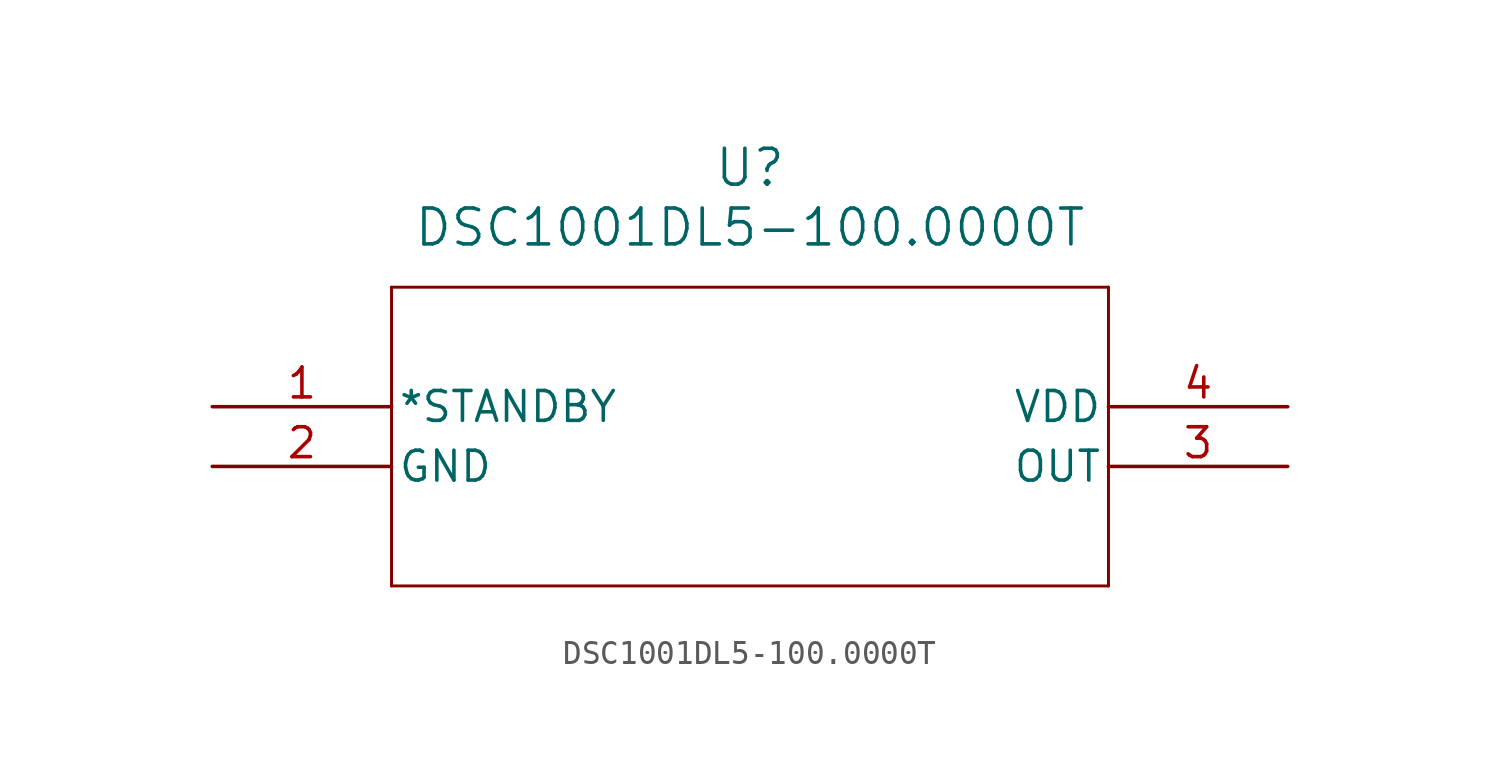
<source format=kicad_sym>
(kicad_symbol_lib
  (version 20211014)
  (generator kicad_symbol_editor)
  (symbol "DSC1001DL5-100.0000T"
    (pin_names
      (offset 0.254))
    (property "Reference" "U"
      (at 22.86 10.16 0)
      (effects (font (size 1.524 1.524))))
    (property "Value" "DSC1001DL5-100.0000T"
      (at 22.86 7.62 0)
      (effects (font (size 1.524 1.524))))
    (symbol "DSC1001DL5-100.0000T_0_1"
      (polyline (pts (xy 7.62 5.08) (xy 7.62 -7.62)) (stroke (width 0.127) (type default) (color 0 0 0 0)) (fill (type none)))
      (polyline (pts (xy 7.62 -7.62) (xy 38.1 -7.62)) (stroke (width 0.127) (type default) (color 0 0 0 0)) (fill (type none)))
      (polyline (pts (xy 38.1 -7.62) (xy 38.1 5.08)) (stroke (width 0.127) (type default) (color 0 0 0 0)) (fill (type none)))
      (polyline (pts (xy 38.1 5.08) (xy 7.62 5.08)) (stroke (width 0.127) (type default) (color 0 0 0 0)) (fill (type none)))
      (pin input line (at 0 0 0) (length 7.62) (name "*STANDBY" (effects (font (size 1.27 1.27)))) (number "1" (effects (font (size 1.27 1.27)))))
      (pin power_out line (at 0 -2.54 0) (length 7.62) (name "GND" (effects (font (size 1.27 1.27)))) (number "2" (effects (font (size 1.27 1.27)))))
      (pin output line (at 45.72 -2.54 180) (length 7.62) (name "OUT" (effects (font (size 1.27 1.27)))) (number "3" (effects (font (size 1.27 1.27)))))
      (pin power_in line (at 45.72 0 180) (length 7.62) (name "VDD" (effects (font (size 1.27 1.27)))) (number "4" (effects (font (size 1.27 1.27))))))))
</source>
